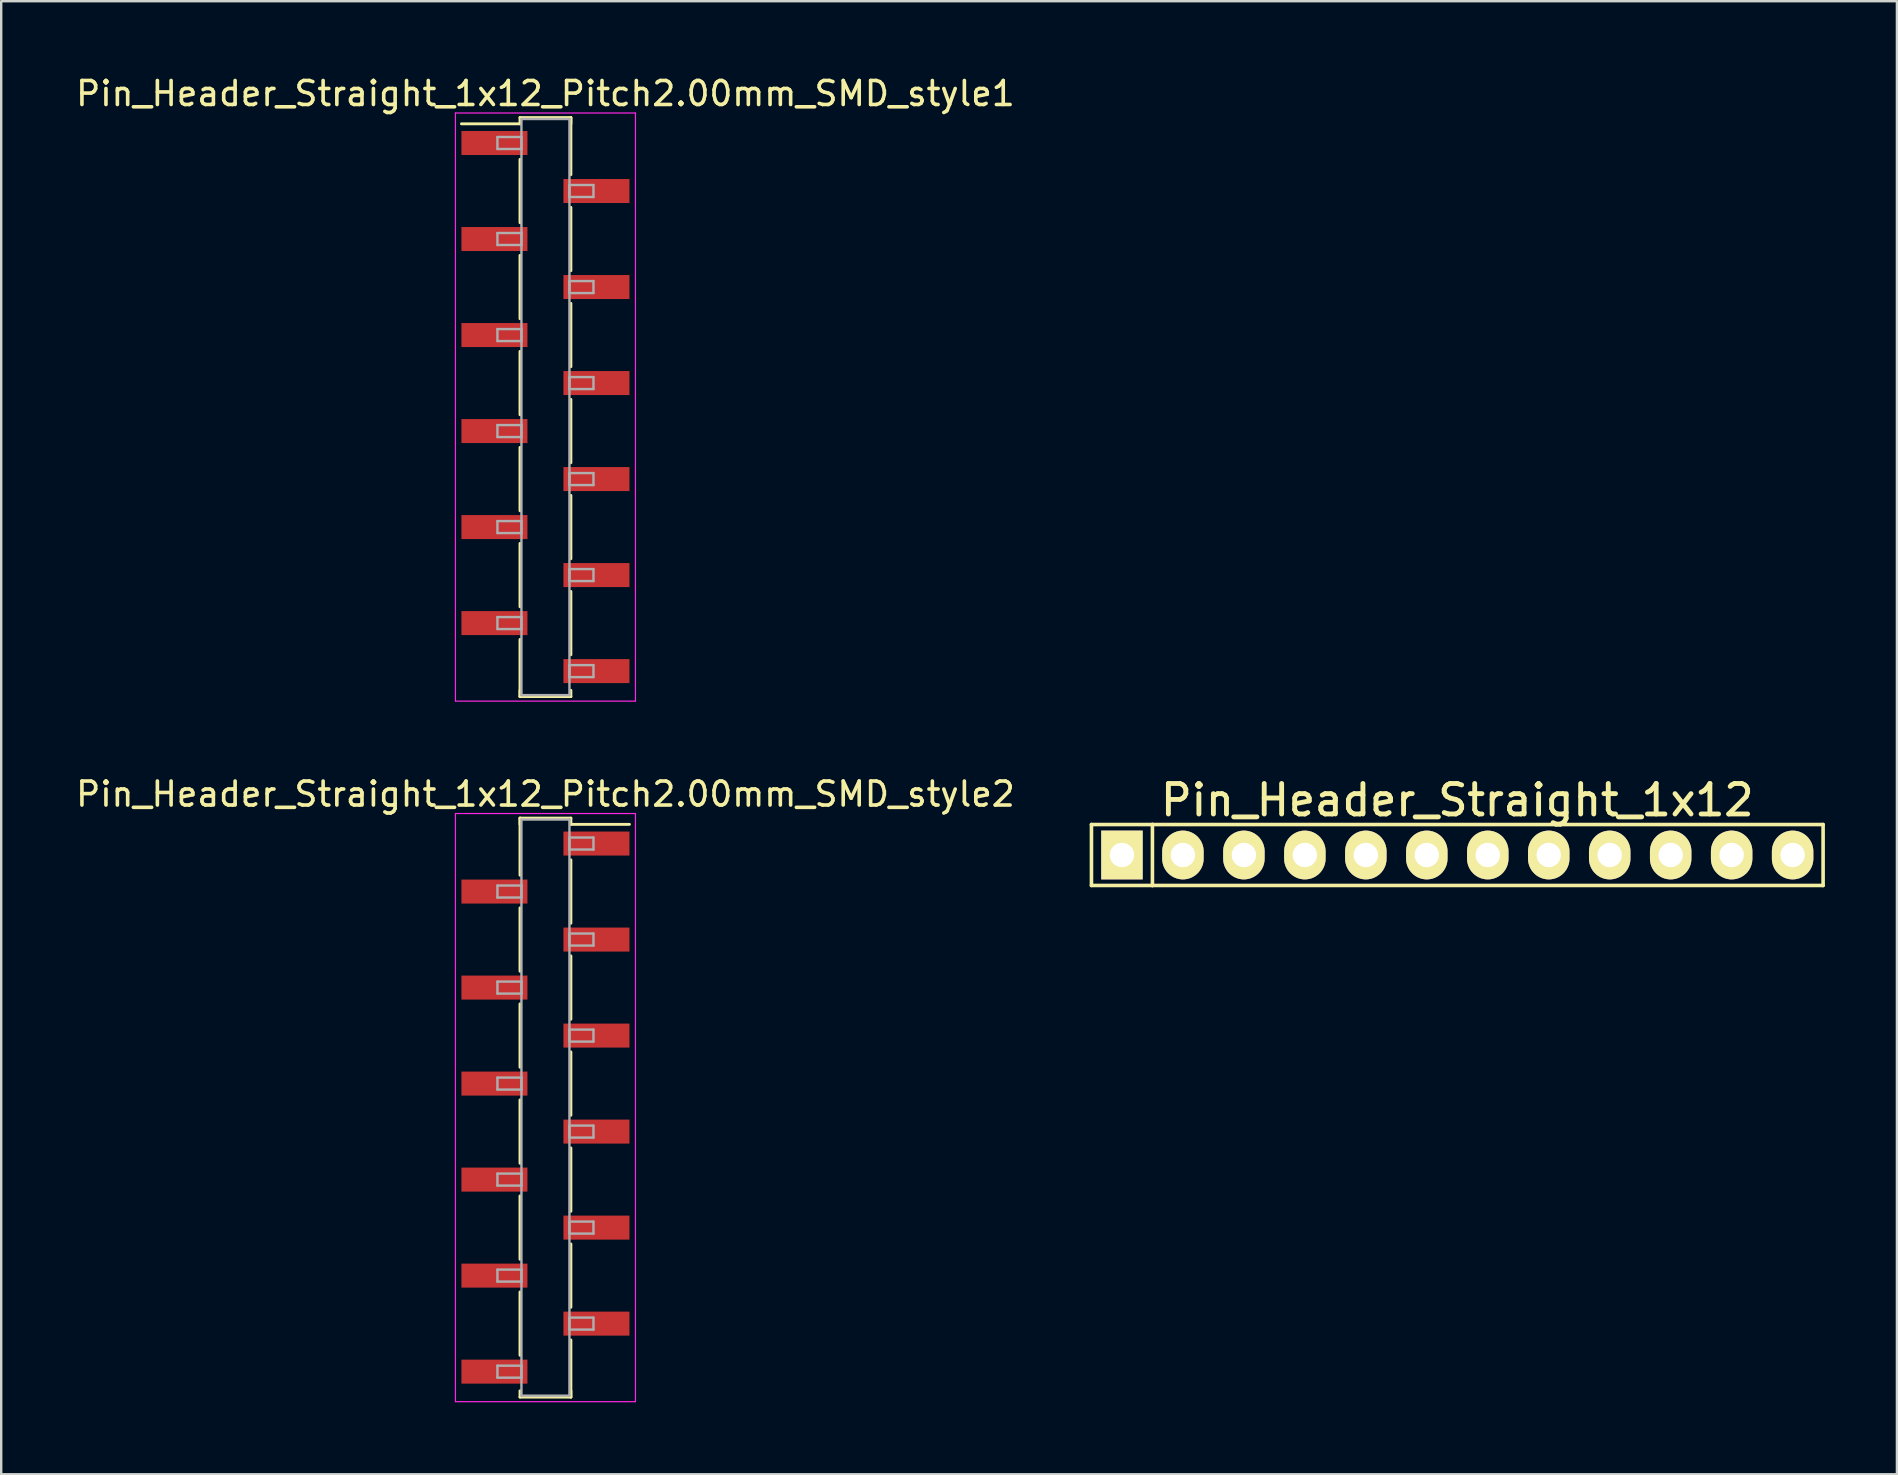
<source format=kicad_pcb>
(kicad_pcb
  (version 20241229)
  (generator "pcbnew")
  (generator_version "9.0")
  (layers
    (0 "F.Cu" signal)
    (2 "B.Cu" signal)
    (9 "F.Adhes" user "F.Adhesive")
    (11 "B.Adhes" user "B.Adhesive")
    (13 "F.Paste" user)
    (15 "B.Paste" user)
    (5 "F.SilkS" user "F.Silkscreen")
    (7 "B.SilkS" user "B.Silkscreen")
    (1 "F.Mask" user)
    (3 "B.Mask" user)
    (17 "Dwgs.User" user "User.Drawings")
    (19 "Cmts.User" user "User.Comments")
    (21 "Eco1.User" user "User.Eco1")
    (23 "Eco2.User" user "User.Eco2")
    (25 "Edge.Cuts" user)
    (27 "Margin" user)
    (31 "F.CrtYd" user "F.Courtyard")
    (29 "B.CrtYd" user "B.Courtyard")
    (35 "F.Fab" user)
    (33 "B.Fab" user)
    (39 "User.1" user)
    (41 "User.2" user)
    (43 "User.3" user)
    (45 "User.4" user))
  (footprint "Pin_Header_Straight_1x12_Pitch2.00mm_SMD_style1"
    (layer "F.Cu")
    (at 19.673 13.908)
    (property "Reference" "Pin_Header_Straight_1x12_Pitch2.00mm_SMD_style1" (at 0 -13.06 0) (layer "F.SilkS") (effects (font (size 1 1) (thickness 0.15))))
    (attr smd)
    (fp_line (start -1.06 -12.06) (end 1.06 -12.06) (stroke (width 0.12) (type solid)) (layer "F.SilkS"))
    (fp_line (start -1.06 -11.8) (end -3.5 -11.8) (stroke (width 0.12) (type solid)) (layer "F.SilkS"))
    (fp_line (start -1.06 -11.8) (end -1.06 -12.06) (stroke (width 0.12) (type solid)) (layer "F.SilkS"))
    (fp_line (start -1.06 -10.32) (end -1.06 -7.68) (stroke (width 0.12) (type solid)) (layer "F.SilkS"))
    (fp_line (start -1.06 -6.32) (end -1.06 -3.68) (stroke (width 0.12) (type solid)) (layer "F.SilkS"))
    (fp_line (start -1.06 -2.32) (end -1.06 0.32) (stroke (width 0.12) (type solid)) (layer "F.SilkS"))
    (fp_line (start -1.06 1.68) (end -1.06 4.32) (stroke (width 0.12) (type solid)) (layer "F.SilkS"))
    (fp_line (start -1.06 5.68) (end -1.06 8.32) (stroke (width 0.12) (type solid)) (layer "F.SilkS"))
    (fp_line (start -1.06 9.68) (end -1.06 12.06) (stroke (width 0.12) (type solid)) (layer "F.SilkS"))
    (fp_line (start -1.06 11.8) (end -1.06 12.06) (stroke (width 0.12) (type solid)) (layer "F.SilkS"))
    (fp_line (start -1.06 12.06) (end 1.06 12.06) (stroke (width 0.12) (type solid)) (layer "F.SilkS"))
    (fp_line (start 1.06 -12.06) (end 1.06 -11.8) (stroke (width 0.12) (type solid)) (layer "F.SilkS"))
    (fp_line (start 1.06 -12.06) (end 1.06 -9.68) (stroke (width 0.12) (type solid)) (layer "F.SilkS"))
    (fp_line (start 1.06 -8.32) (end 1.06 -5.68) (stroke (width 0.12) (type solid)) (layer "F.SilkS"))
    (fp_line (start 1.06 -4.32) (end 1.06 -1.68) (stroke (width 0.12) (type solid)) (layer "F.SilkS"))
    (fp_line (start 1.06 -0.32) (end 1.06 2.32) (stroke (width 0.12) (type solid)) (layer "F.SilkS"))
    (fp_line (start 1.06 3.68) (end 1.06 6.32) (stroke (width 0.12) (type solid)) (layer "F.SilkS"))
    (fp_line (start 1.06 7.68) (end 1.06 10.32) (stroke (width 0.12) (type solid)) (layer "F.SilkS"))
    (fp_line (start 1.06 12.06) (end 1.06 11.8) (stroke (width 0.12) (type solid)) (layer "F.SilkS"))
    (fp_line (start -3.75 -12.25) (end -3.75 12.25) (stroke (width 0.05) (type solid)) (layer "F.CrtYd"))
    (fp_line (start -3.75 12.25) (end 3.75 12.25) (stroke (width 0.05) (type solid)) (layer "F.CrtYd"))
    (fp_line (start 3.75 -12.25) (end -3.75 -12.25) (stroke (width 0.05) (type solid)) (layer "F.CrtYd"))
    (fp_line (start 3.75 12.25) (end 3.75 -12.25) (stroke (width 0.05) (type solid)) (layer "F.CrtYd"))
    (fp_line (start -2 -11.25) (end -1 -11.25) (stroke (width 0.1) (type solid)) (layer "F.Fab"))
    (fp_line (start -2 -10.75) (end -2 -11.25) (stroke (width 0.1) (type solid)) (layer "F.Fab"))
    (fp_line (start -2 -7.25) (end -1 -7.25) (stroke (width 0.1) (type solid)) (layer "F.Fab"))
    (fp_line (start -2 -6.75) (end -2 -7.25) (stroke (width 0.1) (type solid)) (layer "F.Fab"))
    (fp_line (start -2 -3.25) (end -1 -3.25) (stroke (width 0.1) (type solid)) (layer "F.Fab"))
    (fp_line (start -2 -2.75) (end -2 -3.25) (stroke (width 0.1) (type solid)) (layer "F.Fab"))
    (fp_line (start -2 0.75) (end -1 0.75) (stroke (width 0.1) (type solid)) (layer "F.Fab"))
    (fp_line (start -2 1.25) (end -2 0.75) (stroke (width 0.1) (type solid)) (layer "F.Fab"))
    (fp_line (start -2 4.75) (end -1 4.75) (stroke (width 0.1) (type solid)) (layer "F.Fab"))
    (fp_line (start -2 5.25) (end -2 4.75) (stroke (width 0.1) (type solid)) (layer "F.Fab"))
    (fp_line (start -2 8.75) (end -1 8.75) (stroke (width 0.1) (type solid)) (layer "F.Fab"))
    (fp_line (start -2 9.25) (end -2 8.75) (stroke (width 0.1) (type solid)) (layer "F.Fab"))
    (fp_line (start -1 -12) (end -1 12) (stroke (width 0.1) (type solid)) (layer "F.Fab"))
    (fp_line (start -1 -11.25) (end -1 -10.75) (stroke (width 0.1) (type solid)) (layer "F.Fab"))
    (fp_line (start -1 -10.75) (end -2 -10.75) (stroke (width 0.1) (type solid)) (layer "F.Fab"))
    (fp_line (start -1 -7.25) (end -1 -6.75) (stroke (width 0.1) (type solid)) (layer "F.Fab"))
    (fp_line (start -1 -6.75) (end -2 -6.75) (stroke (width 0.1) (type solid)) (layer "F.Fab"))
    (fp_line (start -1 -3.25) (end -1 -2.75) (stroke (width 0.1) (type solid)) (layer "F.Fab"))
    (fp_line (start -1 -2.75) (end -2 -2.75) (stroke (width 0.1) (type solid)) (layer "F.Fab"))
    (fp_line (start -1 0.75) (end -1 1.25) (stroke (width 0.1) (type solid)) (layer "F.Fab"))
    (fp_line (start -1 1.25) (end -2 1.25) (stroke (width 0.1) (type solid)) (layer "F.Fab"))
    (fp_line (start -1 4.75) (end -1 5.25) (stroke (width 0.1) (type solid)) (layer "F.Fab"))
    (fp_line (start -1 5.25) (end -2 5.25) (stroke (width 0.1) (type solid)) (layer "F.Fab"))
    (fp_line (start -1 8.75) (end -1 9.25) (stroke (width 0.1) (type solid)) (layer "F.Fab"))
    (fp_line (start -1 9.25) (end -2 9.25) (stroke (width 0.1) (type solid)) (layer "F.Fab"))
    (fp_line (start -1 12) (end 1 12) (stroke (width 0.1) (type solid)) (layer "F.Fab"))
    (fp_line (start 1 -12) (end -1 -12) (stroke (width 0.1) (type solid)) (layer "F.Fab"))
    (fp_line (start 1 -9.25) (end 1 -8.75) (stroke (width 0.1) (type solid)) (layer "F.Fab"))
    (fp_line (start 1 -8.75) (end 2 -8.75) (stroke (width 0.1) (type solid)) (layer "F.Fab"))
    (fp_line (start 1 -5.25) (end 1 -4.75) (stroke (width 0.1) (type solid)) (layer "F.Fab"))
    (fp_line (start 1 -4.75) (end 2 -4.75) (stroke (width 0.1) (type solid)) (layer "F.Fab"))
    (fp_line (start 1 -1.25) (end 1 -0.75) (stroke (width 0.1) (type solid)) (layer "F.Fab"))
    (fp_line (start 1 -0.75) (end 2 -0.75) (stroke (width 0.1) (type solid)) (layer "F.Fab"))
    (fp_line (start 1 2.75) (end 1 3.25) (stroke (width 0.1) (type solid)) (layer "F.Fab"))
    (fp_line (start 1 3.25) (end 2 3.25) (stroke (width 0.1) (type solid)) (layer "F.Fab"))
    (fp_line (start 1 6.75) (end 1 7.25) (stroke (width 0.1) (type solid)) (layer "F.Fab"))
    (fp_line (start 1 7.25) (end 2 7.25) (stroke (width 0.1) (type solid)) (layer "F.Fab"))
    (fp_line (start 1 10.75) (end 1 11.25) (stroke (width 0.1) (type solid)) (layer "F.Fab"))
    (fp_line (start 1 11.25) (end 2 11.25) (stroke (width 0.1) (type solid)) (layer "F.Fab"))
    (fp_line (start 1 12) (end 1 -12) (stroke (width 0.1) (type solid)) (layer "F.Fab"))
    (fp_line (start 2 -9.25) (end 1 -9.25) (stroke (width 0.1) (type solid)) (layer "F.Fab"))
    (fp_line (start 2 -8.75) (end 2 -9.25) (stroke (width 0.1) (type solid)) (layer "F.Fab"))
    (fp_line (start 2 -5.25) (end 1 -5.25) (stroke (width 0.1) (type solid)) (layer "F.Fab"))
    (fp_line (start 2 -4.75) (end 2 -5.25) (stroke (width 0.1) (type solid)) (layer "F.Fab"))
    (fp_line (start 2 -1.25) (end 1 -1.25) (stroke (width 0.1) (type solid)) (layer "F.Fab"))
    (fp_line (start 2 -0.75) (end 2 -1.25) (stroke (width 0.1) (type solid)) (layer "F.Fab"))
    (fp_line (start 2 2.75) (end 1 2.75) (stroke (width 0.1) (type solid)) (layer "F.Fab"))
    (fp_line (start 2 3.25) (end 2 2.75) (stroke (width 0.1) (type solid)) (layer "F.Fab"))
    (fp_line (start 2 6.75) (end 1 6.75) (stroke (width 0.1) (type solid)) (layer "F.Fab"))
    (fp_line (start 2 7.25) (end 2 6.75) (stroke (width 0.1) (type solid)) (layer "F.Fab"))
    (fp_line (start 2 10.75) (end 1 10.75) (stroke (width 0.1) (type solid)) (layer "F.Fab"))
    (fp_line (start 2 11.25) (end 2 10.75) (stroke (width 0.1) (type solid)) (layer "F.Fab"))
    (pad "1" smd rect (at -2.125 -11) (size 2.75 1) (layers "F.Cu" "F.Mask"))
    (pad "2" smd rect (at 2.125 -9) (size 2.75 1) (layers "F.Cu" "F.Mask"))
    (pad "3" smd rect (at -2.125 -7) (size 2.75 1) (layers "F.Cu" "F.Mask"))
    (pad "4" smd rect (at 2.125 -5) (size 2.75 1) (layers "F.Cu" "F.Mask"))
    (pad "5" smd rect (at -2.125 -3) (size 2.75 1) (layers "F.Cu" "F.Mask"))
    (pad "6" smd rect (at 2.125 -1) (size 2.75 1) (layers "F.Cu" "F.Mask"))
    (pad "7" smd rect (at -2.125 1) (size 2.75 1) (layers "F.Cu" "F.Mask"))
    (pad "8" smd rect (at 2.125 3) (size 2.75 1) (layers "F.Cu" "F.Mask"))
    (pad "9" smd rect (at -2.125 5) (size 2.75 1) (layers "F.Cu" "F.Mask"))
    (pad "10" smd rect (at 2.125 7) (size 2.75 1) (layers "F.Cu" "F.Mask"))
    (pad "11" smd rect (at -2.125 9) (size 2.75 1) (layers "F.Cu" "F.Mask"))
    (pad "12" smd rect (at 2.125 11) (size 2.75 1) (layers "F.Cu" "F.Mask")))
  (footprint "Pin_Header_Straight_1x12_Pitch2.00mm_SMD_style2"
    (layer "F.Cu")
    (at 19.673 43.092)
    (property "Reference" "Pin_Header_Straight_1x12_Pitch2.00mm_SMD_style2" (at 0 -13.06 0) (layer "F.SilkS") (effects (font (size 1 1) (thickness 0.15))))
    (attr smd)
    (fp_line (start -1.06 -12.06) (end -1.06 -9.68) (stroke (width 0.12) (type solid)) (layer "F.SilkS"))
    (fp_line (start -1.06 -12.06) (end 1.06 -12.06) (stroke (width 0.12) (type solid)) (layer "F.SilkS"))
    (fp_line (start -1.06 -11.8) (end -1.06 -12.06) (stroke (width 0.12) (type solid)) (layer "F.SilkS"))
    (fp_line (start -1.06 -8.32) (end -1.06 -5.68) (stroke (width 0.12) (type solid)) (layer "F.SilkS"))
    (fp_line (start -1.06 -4.32) (end -1.06 -1.68) (stroke (width 0.12) (type solid)) (layer "F.SilkS"))
    (fp_line (start -1.06 -0.32) (end -1.06 2.32) (stroke (width 0.12) (type solid)) (layer "F.SilkS"))
    (fp_line (start -1.06 3.68) (end -1.06 6.32) (stroke (width 0.12) (type solid)) (layer "F.SilkS"))
    (fp_line (start -1.06 7.68) (end -1.06 10.32) (stroke (width 0.12) (type solid)) (layer "F.SilkS"))
    (fp_line (start -1.06 11.8) (end -1.06 12.06) (stroke (width 0.12) (type solid)) (layer "F.SilkS"))
    (fp_line (start -1.06 12.06) (end 1.06 12.06) (stroke (width 0.12) (type solid)) (layer "F.SilkS"))
    (fp_line (start 1.06 -12.06) (end 1.06 -11.8) (stroke (width 0.12) (type solid)) (layer "F.SilkS"))
    (fp_line (start 1.06 -11.8) (end 3.5 -11.8) (stroke (width 0.12) (type solid)) (layer "F.SilkS"))
    (fp_line (start 1.06 -10.32) (end 1.06 -7.68) (stroke (width 0.12) (type solid)) (layer "F.SilkS"))
    (fp_line (start 1.06 -6.32) (end 1.06 -3.68) (stroke (width 0.12) (type solid)) (layer "F.SilkS"))
    (fp_line (start 1.06 -2.32) (end 1.06 0.32) (stroke (width 0.12) (type solid)) (layer "F.SilkS"))
    (fp_line (start 1.06 1.68) (end 1.06 4.32) (stroke (width 0.12) (type solid)) (layer "F.SilkS"))
    (fp_line (start 1.06 5.68) (end 1.06 8.32) (stroke (width 0.12) (type solid)) (layer "F.SilkS"))
    (fp_line (start 1.06 9.68) (end 1.06 12.06) (stroke (width 0.12) (type solid)) (layer "F.SilkS"))
    (fp_line (start 1.06 12.06) (end 1.06 11.8) (stroke (width 0.12) (type solid)) (layer "F.SilkS"))
    (fp_line (start -3.75 -12.25) (end -3.75 12.25) (stroke (width 0.05) (type solid)) (layer "F.CrtYd"))
    (fp_line (start -3.75 12.25) (end 3.75 12.25) (stroke (width 0.05) (type solid)) (layer "F.CrtYd"))
    (fp_line (start 3.75 -12.25) (end -3.75 -12.25) (stroke (width 0.05) (type solid)) (layer "F.CrtYd"))
    (fp_line (start 3.75 12.25) (end 3.75 -12.25) (stroke (width 0.05) (type solid)) (layer "F.CrtYd"))
    (fp_line (start -2 -9.25) (end -1 -9.25) (stroke (width 0.1) (type solid)) (layer "F.Fab"))
    (fp_line (start -2 -8.75) (end -2 -9.25) (stroke (width 0.1) (type solid)) (layer "F.Fab"))
    (fp_line (start -2 -5.25) (end -1 -5.25) (stroke (width 0.1) (type solid)) (layer "F.Fab"))
    (fp_line (start -2 -4.75) (end -2 -5.25) (stroke (width 0.1) (type solid)) (layer "F.Fab"))
    (fp_line (start -2 -1.25) (end -1 -1.25) (stroke (width 0.1) (type solid)) (layer "F.Fab"))
    (fp_line (start -2 -0.75) (end -2 -1.25) (stroke (width 0.1) (type solid)) (layer "F.Fab"))
    (fp_line (start -2 2.75) (end -1 2.75) (stroke (width 0.1) (type solid)) (layer "F.Fab"))
    (fp_line (start -2 3.25) (end -2 2.75) (stroke (width 0.1) (type solid)) (layer "F.Fab"))
    (fp_line (start -2 6.75) (end -1 6.75) (stroke (width 0.1) (type solid)) (layer "F.Fab"))
    (fp_line (start -2 7.25) (end -2 6.75) (stroke (width 0.1) (type solid)) (layer "F.Fab"))
    (fp_line (start -2 10.75) (end -1 10.75) (stroke (width 0.1) (type solid)) (layer "F.Fab"))
    (fp_line (start -2 11.25) (end -2 10.75) (stroke (width 0.1) (type solid)) (layer "F.Fab"))
    (fp_line (start -1 -12) (end -1 12) (stroke (width 0.1) (type solid)) (layer "F.Fab"))
    (fp_line (start -1 -9.25) (end -1 -8.75) (stroke (width 0.1) (type solid)) (layer "F.Fab"))
    (fp_line (start -1 -8.75) (end -2 -8.75) (stroke (width 0.1) (type solid)) (layer "F.Fab"))
    (fp_line (start -1 -5.25) (end -1 -4.75) (stroke (width 0.1) (type solid)) (layer "F.Fab"))
    (fp_line (start -1 -4.75) (end -2 -4.75) (stroke (width 0.1) (type solid)) (layer "F.Fab"))
    (fp_line (start -1 -1.25) (end -1 -0.75) (stroke (width 0.1) (type solid)) (layer "F.Fab"))
    (fp_line (start -1 -0.75) (end -2 -0.75) (stroke (width 0.1) (type solid)) (layer "F.Fab"))
    (fp_line (start -1 2.75) (end -1 3.25) (stroke (width 0.1) (type solid)) (layer "F.Fab"))
    (fp_line (start -1 3.25) (end -2 3.25) (stroke (width 0.1) (type solid)) (layer "F.Fab"))
    (fp_line (start -1 6.75) (end -1 7.25) (stroke (width 0.1) (type solid)) (layer "F.Fab"))
    (fp_line (start -1 7.25) (end -2 7.25) (stroke (width 0.1) (type solid)) (layer "F.Fab"))
    (fp_line (start -1 10.75) (end -1 11.25) (stroke (width 0.1) (type solid)) (layer "F.Fab"))
    (fp_line (start -1 11.25) (end -2 11.25) (stroke (width 0.1) (type solid)) (layer "F.Fab"))
    (fp_line (start -1 12) (end 1 12) (stroke (width 0.1) (type solid)) (layer "F.Fab"))
    (fp_line (start 1 -12) (end -1 -12) (stroke (width 0.1) (type solid)) (layer "F.Fab"))
    (fp_line (start 1 -11.25) (end 1 -10.75) (stroke (width 0.1) (type solid)) (layer "F.Fab"))
    (fp_line (start 1 -10.75) (end 2 -10.75) (stroke (width 0.1) (type solid)) (layer "F.Fab"))
    (fp_line (start 1 -7.25) (end 1 -6.75) (stroke (width 0.1) (type solid)) (layer "F.Fab"))
    (fp_line (start 1 -6.75) (end 2 -6.75) (stroke (width 0.1) (type solid)) (layer "F.Fab"))
    (fp_line (start 1 -3.25) (end 1 -2.75) (stroke (width 0.1) (type solid)) (layer "F.Fab"))
    (fp_line (start 1 -2.75) (end 2 -2.75) (stroke (width 0.1) (type solid)) (layer "F.Fab"))
    (fp_line (start 1 0.75) (end 1 1.25) (stroke (width 0.1) (type solid)) (layer "F.Fab"))
    (fp_line (start 1 1.25) (end 2 1.25) (stroke (width 0.1) (type solid)) (layer "F.Fab"))
    (fp_line (start 1 4.75) (end 1 5.25) (stroke (width 0.1) (type solid)) (layer "F.Fab"))
    (fp_line (start 1 5.25) (end 2 5.25) (stroke (width 0.1) (type solid)) (layer "F.Fab"))
    (fp_line (start 1 8.75) (end 1 9.25) (stroke (width 0.1) (type solid)) (layer "F.Fab"))
    (fp_line (start 1 9.25) (end 2 9.25) (stroke (width 0.1) (type solid)) (layer "F.Fab"))
    (fp_line (start 1 12) (end 1 -12) (stroke (width 0.1) (type solid)) (layer "F.Fab"))
    (fp_line (start 2 -11.25) (end 1 -11.25) (stroke (width 0.1) (type solid)) (layer "F.Fab"))
    (fp_line (start 2 -10.75) (end 2 -11.25) (stroke (width 0.1) (type solid)) (layer "F.Fab"))
    (fp_line (start 2 -7.25) (end 1 -7.25) (stroke (width 0.1) (type solid)) (layer "F.Fab"))
    (fp_line (start 2 -6.75) (end 2 -7.25) (stroke (width 0.1) (type solid)) (layer "F.Fab"))
    (fp_line (start 2 -3.25) (end 1 -3.25) (stroke (width 0.1) (type solid)) (layer "F.Fab"))
    (fp_line (start 2 -2.75) (end 2 -3.25) (stroke (width 0.1) (type solid)) (layer "F.Fab"))
    (fp_line (start 2 0.75) (end 1 0.75) (stroke (width 0.1) (type solid)) (layer "F.Fab"))
    (fp_line (start 2 1.25) (end 2 0.75) (stroke (width 0.1) (type solid)) (layer "F.Fab"))
    (fp_line (start 2 4.75) (end 1 4.75) (stroke (width 0.1) (type solid)) (layer "F.Fab"))
    (fp_line (start 2 5.25) (end 2 4.75) (stroke (width 0.1) (type solid)) (layer "F.Fab"))
    (fp_line (start 2 8.75) (end 1 8.75) (stroke (width 0.1) (type solid)) (layer "F.Fab"))
    (fp_line (start 2 9.25) (end 2 8.75) (stroke (width 0.1) (type solid)) (layer "F.Fab"))
    (pad "1" smd rect (at 2.125 -11) (size 2.75 1) (layers "F.Cu" "F.Mask"))
    (pad "2" smd rect (at -2.125 -9) (size 2.75 1) (layers "F.Cu" "F.Mask"))
    (pad "3" smd rect (at 2.125 -7) (size 2.75 1) (layers "F.Cu" "F.Mask"))
    (pad "4" smd rect (at -2.125 -5) (size 2.75 1) (layers "F.Cu" "F.Mask"))
    (pad "5" smd rect (at 2.125 -3) (size 2.75 1) (layers "F.Cu" "F.Mask"))
    (pad "6" smd rect (at -2.125 -1) (size 2.75 1) (layers "F.Cu" "F.Mask"))
    (pad "7" smd rect (at 2.125 1) (size 2.75 1) (layers "F.Cu" "F.Mask"))
    (pad "8" smd rect (at -2.125 3) (size 2.75 1) (layers "F.Cu" "F.Mask"))
    (pad "9" smd rect (at 2.125 5) (size 2.75 1) (layers "F.Cu" "F.Mask"))
    (pad "10" smd rect (at -2.125 7) (size 2.75 1) (layers "F.Cu" "F.Mask"))
    (pad "11" smd rect (at 2.125 9) (size 2.75 1) (layers "F.Cu" "F.Mask"))
    (pad "12" smd rect (at -2.125 11) (size 2.75 1) (layers "F.Cu" "F.Mask")))
  (footprint "Pin_Header_Straight_1x12"
    (layer "F.Cu")
    (at 57.66 32.569)
    (property "Reference" "Pin_Header_Straight_1x12" (at 0 -2.286 0) (layer "F.SilkS") (effects (font (size 1.27 1.27) (thickness 0.203))))
    (attr through_hole)
    (fp_line (start -15.24 -1.27) (end -15.24 1.27) (stroke (width 0.15) (type solid)) (layer "F.SilkS"))
    (fp_line (start -15.24 -1.27) (end -12.7 -1.27) (stroke (width 0.15) (type solid)) (layer "F.SilkS"))
    (fp_line (start -15.24 1.27) (end -12.7 1.27) (stroke (width 0.15) (type solid)) (layer "F.SilkS"))
    (fp_line (start -12.7 -1.27) (end -12.7 1.27) (stroke (width 0.15) (type solid)) (layer "F.SilkS"))
    (fp_line (start -12.7 -1.27) (end 15.24 -1.27) (stroke (width 0.15) (type solid)) (layer "F.SilkS"))
    (fp_line (start 15.24 -1.27) (end 15.24 1.27) (stroke (width 0.15) (type solid)) (layer "F.SilkS"))
    (fp_line (start 15.24 1.27) (end -12.7 1.27) (stroke (width 0.15) (type solid)) (layer "F.SilkS"))
    (pad "1" thru_hole rect (at -13.97 0) (size 1.727 2.032) (drill 1.016) (layers "*.Cu" "*.Mask" "F.SilkS"))
    (pad "2" thru_hole oval (at -11.43 0) (size 1.727 2.032) (drill 1.016) (layers "*.Cu" "*.Mask" "F.SilkS"))
    (pad "3" thru_hole oval (at -8.89 0) (size 1.727 2.032) (drill 1.016) (layers "*.Cu" "*.Mask" "F.SilkS"))
    (pad "4" thru_hole oval (at -6.35 0) (size 1.727 2.032) (drill 1.016) (layers "*.Cu" "*.Mask" "F.SilkS"))
    (pad "5" thru_hole oval (at -3.81 0) (size 1.727 2.032) (drill 1.016) (layers "*.Cu" "*.Mask" "F.SilkS"))
    (pad "6" thru_hole oval (at -1.27 0) (size 1.727 2.032) (drill 1.016) (layers "*.Cu" "*.Mask" "F.SilkS"))
    (pad "7" thru_hole oval (at 1.27 0) (size 1.727 2.032) (drill 1.016) (layers "*.Cu" "*.Mask" "F.SilkS"))
    (pad "8" thru_hole oval (at 3.81 0) (size 1.727 2.032) (drill 1.016) (layers "*.Cu" "*.Mask" "F.SilkS"))
    (pad "9" thru_hole oval (at 6.35 0) (size 1.727 2.032) (drill 1.016) (layers "*.Cu" "*.Mask" "F.SilkS"))
    (pad "10" thru_hole oval (at 8.89 0) (size 1.727 2.032) (drill 1.016) (layers "*.Cu" "*.Mask" "F.SilkS"))
    (pad "11" thru_hole oval (at 11.43 0) (size 1.727 2.032) (drill 1.016) (layers "*.Cu" "*.Mask" "F.SilkS"))
    (pad "12" thru_hole oval (at 13.97 0) (size 1.727 2.032) (drill 1.016) (layers "*.Cu" "*.Mask" "F.SilkS")))
  (gr_rect
    (start -3 -3)
    (end 75.975 58.367)
    (stroke (width 0.1) (type default))
    (fill no)
    (layer "Edge.Cuts")))
</source>
